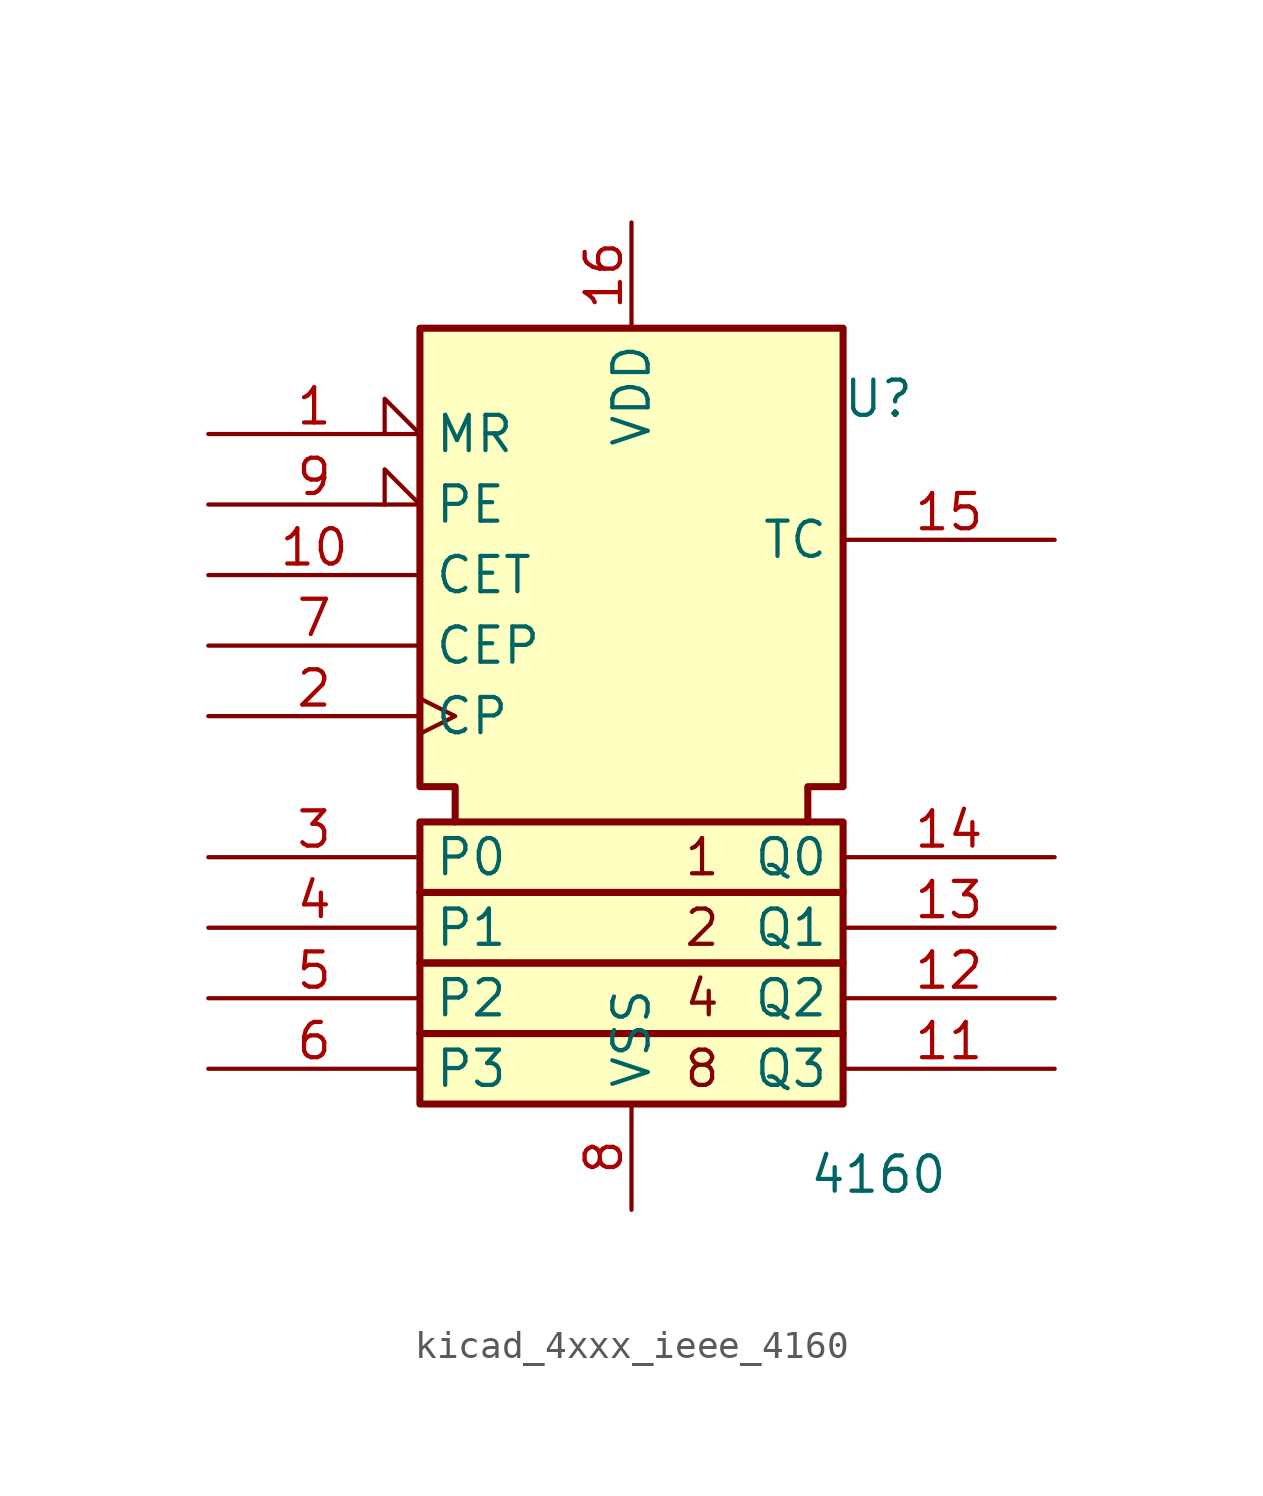
<source format=kicad_sym>
(kicad_symbol_lib
  (version 20220914)
  (generator kicad_symbol_editor)
  (symbol "kicad_4xxx_ieee_4160"
    (property "Reference" "U"
      (at 8.89 8.89 0)
      (effects (font (size 1.27 1.27))))
    (property "Value" "4160"
      (at 8.89 -19.05 0)
      (effects (font (size 1.27 1.27))))
    (symbol "kicad_4xxx_ieee_4160_0_0"
      (rectangle (start -7.62 -13.97) (end 7.62 -16.51) (stroke (width 0.254) (type default)) (fill (type background)))
      (rectangle (start -7.62 -11.43) (end 7.62 -13.97) (stroke (width 0.254) (type default)) (fill (type background)))
      (rectangle (start -7.62 -8.89) (end 7.62 -11.43) (stroke (width 0.254) (type default)) (fill (type background)))
      (rectangle (start -7.62 -6.35) (end 7.62 -8.89) (stroke (width 0.254) (type default)) (fill (type background)))
      (polyline (pts (xy -6.35 -6.35) (xy -6.35 -5.08) (xy -7.62 -5.08) (xy -7.62 11.43) (xy 7.62 11.43) (xy 7.62 -5.08) (xy 6.35 -5.08) (xy 6.35 -6.35) (xy 6.35 -6.35)) (stroke (width 0.254) (type default)) (fill (type background)))
      (text "1" (at 2.54 -7.62 0) (effects (font (size 1.27 1.27))))
      (text "2" (at 2.54 -10.16 0) (effects (font (size 1.27 1.27))))
      (text "4" (at 2.54 -12.7 0) (effects (font (size 1.27 1.27))))
      (text "8" (at 2.54 -15.24 0) (effects (font (size 1.27 1.27)))))
    (symbol "kicad_4xxx_ieee_4160_1_1"
      (pin input input_low (at -15.24 7.62 0) (length 7.62) (name "MR" (effects (font (size 1.27 1.27)))) (number "1" (effects (font (size 1.27 1.27)))))
      (pin input line (at -15.24 2.54 0) (length 7.62) (name "CET" (effects (font (size 1.27 1.27)))) (number "10" (effects (font (size 1.27 1.27)))))
      (pin output line (at 15.24 -15.24 180) (length 7.62) (name "Q3" (effects (font (size 1.27 1.27)))) (number "11" (effects (font (size 1.27 1.27)))))
      (pin output line (at 15.24 -12.7 180) (length 7.62) (name "Q2" (effects (font (size 1.27 1.27)))) (number "12" (effects (font (size 1.27 1.27)))))
      (pin output line (at 15.24 -10.16 180) (length 7.62) (name "Q1" (effects (font (size 1.27 1.27)))) (number "13" (effects (font (size 1.27 1.27)))))
      (pin output line (at 15.24 -7.62 180) (length 7.62) (name "Q0" (effects (font (size 1.27 1.27)))) (number "14" (effects (font (size 1.27 1.27)))))
      (pin output line (at 15.24 3.81 180) (length 7.62) (name "TC" (effects (font (size 1.27 1.27)))) (number "15" (effects (font (size 1.27 1.27)))))
      (pin power_in line (at 0 15.24 270) (length 3.81) (name "VDD" (effects (font (size 1.27 1.27)))) (number "16" (effects (font (size 1.27 1.27)))))
      (pin input clock (at -15.24 -2.54 0) (length 7.62) (name "CP" (effects (font (size 1.27 1.27)))) (number "2" (effects (font (size 1.27 1.27)))))
      (pin input line (at -15.24 -7.62 0) (length 7.62) (name "P0" (effects (font (size 1.27 1.27)))) (number "3" (effects (font (size 1.27 1.27)))))
      (pin input line (at -15.24 -10.16 0) (length 7.62) (name "P1" (effects (font (size 1.27 1.27)))) (number "4" (effects (font (size 1.27 1.27)))))
      (pin input line (at -15.24 -12.7 0) (length 7.62) (name "P2" (effects (font (size 1.27 1.27)))) (number "5" (effects (font (size 1.27 1.27)))))
      (pin input line (at -15.24 -15.24 0) (length 7.62) (name "P3" (effects (font (size 1.27 1.27)))) (number "6" (effects (font (size 1.27 1.27)))))
      (pin input line (at -15.24 0 0) (length 7.62) (name "CEP" (effects (font (size 1.27 1.27)))) (number "7" (effects (font (size 1.27 1.27)))))
      (pin power_in line (at 0 -20.32 90) (length 3.81) (name "VSS" (effects (font (size 1.27 1.27)))) (number "8" (effects (font (size 1.27 1.27)))))
      (pin input input_low (at -15.24 5.08 0) (length 7.62) (name "PE" (effects (font (size 1.27 1.27)))) (number "9" (effects (font (size 1.27 1.27))))))))
</source>
